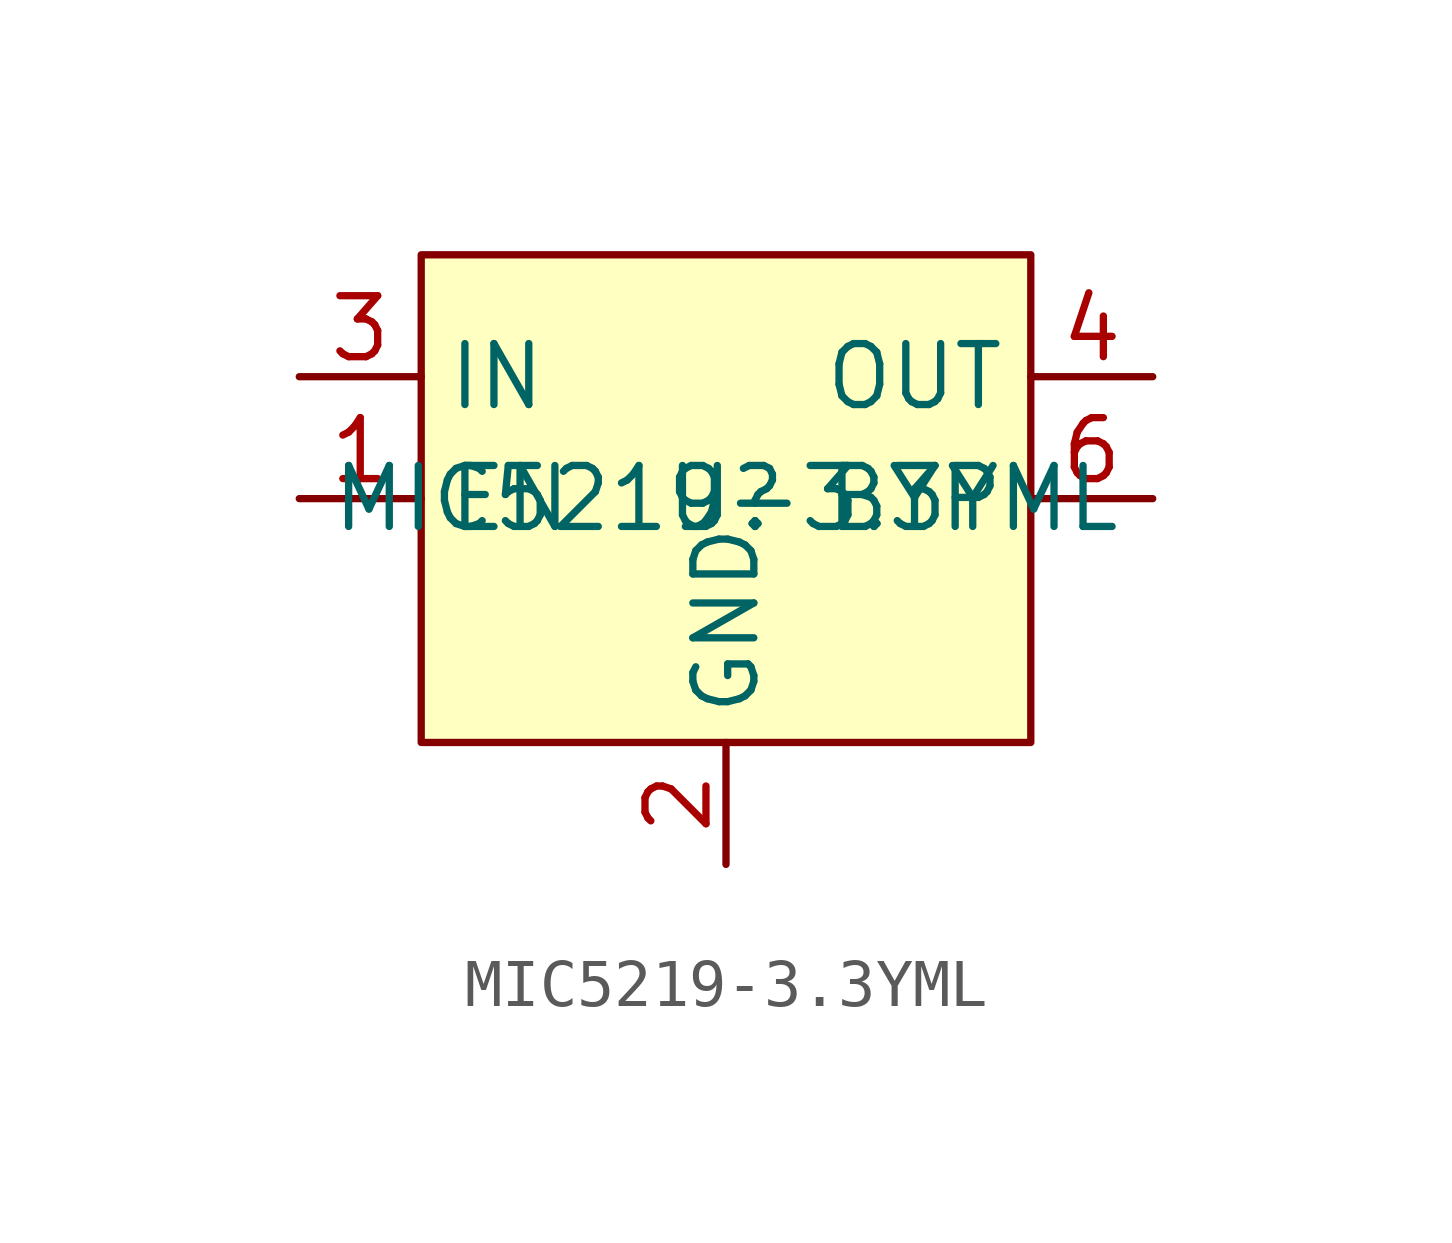
<source format=kicad_sym>
(kicad_symbol_lib
  (version 20220914)
  (generator kicad_symbol_editor)
  (symbol "MIC5219-3.3YML"
    (property "Reference" "U"
      (at 0 0 0)
      (effects (font (size 1.27 1.27))))
    (property "Value" "MIC5219-3.3YML"
      (at 0 0 0)
      (effects (font (size 1.27 1.27))))
    (symbol "MIC5219-3.3YML_1_1"
      (rectangle (start -6.35 5.08) (end 6.35 -5.08) (stroke (width 0) (type default)) (fill (type background)))
      (pin input line (at -8.89 0 0) (length 2.54) (name "EN" (effects (font (size 1.27 1.27)))) (number "1" (effects (font (size 1.27 1.27)))))
      (pin power_in line (at 0 -7.62 90) (length 2.54) (name "GND" (effects (font (size 1.27 1.27)))) (number "2" (effects (font (size 1.27 1.27)))))
      (pin power_in line (at -8.89 2.54 0) (length 2.54) (name "IN" (effects (font (size 1.27 1.27)))) (number "3" (effects (font (size 1.27 1.27)))))
      (pin power_in line (at 8.89 2.54 180) (length 2.54) (name "OUT" (effects (font (size 1.27 1.27)))) (number "4" (effects (font (size 1.27 1.27)))))
      (pin power_in line (at 8.89 0 180) (length 2.54) (name "BYP" (effects (font (size 1.27 1.27)))) (number "6" (effects (font (size 1.27 1.27))))))))
</source>
